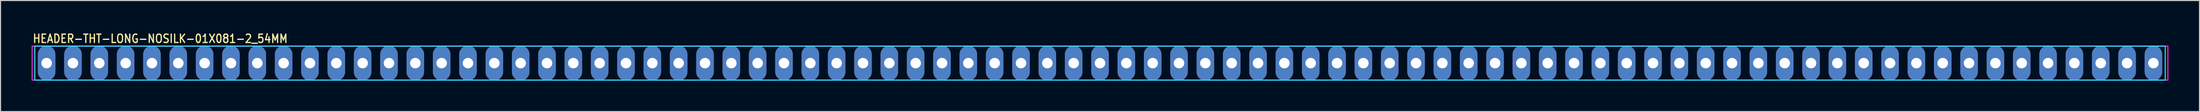
<source format=kicad_pcb>
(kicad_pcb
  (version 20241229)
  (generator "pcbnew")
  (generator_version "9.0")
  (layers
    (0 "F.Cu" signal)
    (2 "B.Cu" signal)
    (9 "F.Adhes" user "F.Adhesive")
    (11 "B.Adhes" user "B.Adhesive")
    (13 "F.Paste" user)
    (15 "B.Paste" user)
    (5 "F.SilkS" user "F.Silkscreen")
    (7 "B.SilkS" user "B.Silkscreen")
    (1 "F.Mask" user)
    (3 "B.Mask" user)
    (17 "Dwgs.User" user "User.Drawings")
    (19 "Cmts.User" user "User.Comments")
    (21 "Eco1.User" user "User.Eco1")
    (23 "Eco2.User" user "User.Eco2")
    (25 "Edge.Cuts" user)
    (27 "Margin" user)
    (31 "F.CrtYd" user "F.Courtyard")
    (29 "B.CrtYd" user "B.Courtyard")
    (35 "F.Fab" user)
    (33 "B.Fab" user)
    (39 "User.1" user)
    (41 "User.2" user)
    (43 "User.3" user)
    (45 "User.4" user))
  (footprint "HEADER-THT-LONG-NOSILK-01X081-2_54MM"
    (layer "F.Cu")
    (at 1.447 3.079)
    (property "Reference" "HEADER-THT-LONG-NOSILK-01X081-2_54MM" (at -1.4 -1.9 0) (unlocked yes) (layer "F.SilkS") (effects (font (size 0.813 0.695) (thickness 0.122)) (justify left bottom)))
    (fp_poly (pts (xy -1.143 -1.651) (xy 204.343 -1.651) (xy 204.343 1.651) (xy -1.143 1.651)) (stroke (width 0.1) (type solid)) (fill no) (layer "B.CrtYd"))
    (fp_poly (pts (xy -1.397 -1.651) (xy 204.597 -1.651) (xy 204.597 1.651) (xy -1.397 1.651)) (stroke (width 0.1) (type solid)) (fill no) (layer "F.CrtYd"))
    (pad "1" thru_hole oval (at 0 0 90) (size 3.387 1.693) (drill 1.016) (layers "*.Cu" "*.Mask"))
    (pad "2" thru_hole oval (at 2.54 0 90) (size 3.387 1.693) (drill 1.016) (layers "*.Cu" "*.Mask"))
    (pad "3" thru_hole oval (at 5.08 0 90) (size 3.387 1.693) (drill 1.016) (layers "*.Cu" "*.Mask"))
    (pad "4" thru_hole oval (at 7.62 0 90) (size 3.387 1.693) (drill 1.016) (layers "*.Cu" "*.Mask"))
    (pad "5" thru_hole oval (at 10.16 0 90) (size 3.387 1.693) (drill 1.016) (layers "*.Cu" "*.Mask"))
    (pad "6" thru_hole oval (at 12.7 0 90) (size 3.387 1.693) (drill 1.016) (layers "*.Cu" "*.Mask"))
    (pad "7" thru_hole oval (at 15.24 0 90) (size 3.387 1.693) (drill 1.016) (layers "*.Cu" "*.Mask"))
    (pad "8" thru_hole oval (at 17.78 0 90) (size 3.387 1.693) (drill 1.016) (layers "*.Cu" "*.Mask"))
    (pad "9" thru_hole oval (at 20.32 0 90) (size 3.387 1.693) (drill 1.016) (layers "*.Cu" "*.Mask"))
    (pad "10" thru_hole oval (at 22.86 0 90) (size 3.387 1.693) (drill 1.016) (layers "*.Cu" "*.Mask"))
    (pad "11" thru_hole oval (at 25.4 0 90) (size 3.387 1.693) (drill 1.016) (layers "*.Cu" "*.Mask"))
    (pad "12" thru_hole oval (at 27.94 0 90) (size 3.387 1.693) (drill 1.016) (layers "*.Cu" "*.Mask"))
    (pad "13" thru_hole oval (at 30.48 0 90) (size 3.387 1.693) (drill 1.016) (layers "*.Cu" "*.Mask"))
    (pad "14" thru_hole oval (at 33.02 0 90) (size 3.387 1.693) (drill 1.016) (layers "*.Cu" "*.Mask"))
    (pad "15" thru_hole oval (at 35.56 0 90) (size 3.387 1.693) (drill 1.016) (layers "*.Cu" "*.Mask"))
    (pad "16" thru_hole oval (at 38.1 0 90) (size 3.387 1.693) (drill 1.016) (layers "*.Cu" "*.Mask"))
    (pad "17" thru_hole oval (at 40.64 0 90) (size 3.387 1.693) (drill 1.016) (layers "*.Cu" "*.Mask"))
    (pad "18" thru_hole oval (at 43.18 0 90) (size 3.387 1.693) (drill 1.016) (layers "*.Cu" "*.Mask"))
    (pad "19" thru_hole oval (at 45.72 0 90) (size 3.387 1.693) (drill 1.016) (layers "*.Cu" "*.Mask"))
    (pad "20" thru_hole oval (at 48.26 0 90) (size 3.387 1.693) (drill 1.016) (layers "*.Cu" "*.Mask"))
    (pad "21" thru_hole oval (at 50.8 0 90) (size 3.387 1.693) (drill 1.016) (layers "*.Cu" "*.Mask"))
    (pad "22" thru_hole oval (at 53.34 0 90) (size 3.387 1.693) (drill 1.016) (layers "*.Cu" "*.Mask"))
    (pad "23" thru_hole oval (at 55.88 0 90) (size 3.387 1.693) (drill 1.016) (layers "*.Cu" "*.Mask"))
    (pad "24" thru_hole oval (at 58.42 0 90) (size 3.387 1.693) (drill 1.016) (layers "*.Cu" "*.Mask"))
    (pad "25" thru_hole oval (at 60.96 0 90) (size 3.387 1.693) (drill 1.016) (layers "*.Cu" "*.Mask"))
    (pad "26" thru_hole oval (at 63.5 0 90) (size 3.387 1.693) (drill 1.016) (layers "*.Cu" "*.Mask"))
    (pad "27" thru_hole oval (at 66.04 0 90) (size 3.387 1.693) (drill 1.016) (layers "*.Cu" "*.Mask"))
    (pad "28" thru_hole oval (at 68.58 0 90) (size 3.387 1.693) (drill 1.016) (layers "*.Cu" "*.Mask"))
    (pad "29" thru_hole oval (at 71.12 0 90) (size 3.387 1.693) (drill 1.016) (layers "*.Cu" "*.Mask"))
    (pad "30" thru_hole oval (at 73.66 0 90) (size 3.387 1.693) (drill 1.016) (layers "*.Cu" "*.Mask"))
    (pad "31" thru_hole oval (at 76.2 0 90) (size 3.387 1.693) (drill 1.016) (layers "*.Cu" "*.Mask"))
    (pad "32" thru_hole oval (at 78.74 0 90) (size 3.387 1.693) (drill 1.016) (layers "*.Cu" "*.Mask"))
    (pad "33" thru_hole oval (at 81.28 0 90) (size 3.387 1.693) (drill 1.016) (layers "*.Cu" "*.Mask"))
    (pad "34" thru_hole oval (at 83.82 0 90) (size 3.387 1.693) (drill 1.016) (layers "*.Cu" "*.Mask"))
    (pad "35" thru_hole oval (at 86.36 0 90) (size 3.387 1.693) (drill 1.016) (layers "*.Cu" "*.Mask"))
    (pad "36" thru_hole oval (at 88.9 0 90) (size 3.387 1.693) (drill 1.016) (layers "*.Cu" "*.Mask"))
    (pad "37" thru_hole oval (at 91.44 0 90) (size 3.387 1.693) (drill 1.016) (layers "*.Cu" "*.Mask"))
    (pad "38" thru_hole oval (at 93.98 0 90) (size 3.387 1.693) (drill 1.016) (layers "*.Cu" "*.Mask"))
    (pad "39" thru_hole oval (at 96.52 0 90) (size 3.387 1.693) (drill 1.016) (layers "*.Cu" "*.Mask"))
    (pad "40" thru_hole oval (at 99.06 0 90) (size 3.387 1.693) (drill 1.016) (layers "*.Cu" "*.Mask"))
    (pad "41" thru_hole oval (at 101.6 0 90) (size 3.387 1.693) (drill 1.016) (layers "*.Cu" "*.Mask"))
    (pad "42" thru_hole oval (at 104.14 0 90) (size 3.387 1.693) (drill 1.016) (layers "*.Cu" "*.Mask"))
    (pad "43" thru_hole oval (at 106.68 0 90) (size 3.387 1.693) (drill 1.016) (layers "*.Cu" "*.Mask"))
    (pad "44" thru_hole oval (at 109.22 0 90) (size 3.387 1.693) (drill 1.016) (layers "*.Cu" "*.Mask"))
    (pad "45" thru_hole oval (at 111.76 0 90) (size 3.387 1.693) (drill 1.016) (layers "*.Cu" "*.Mask"))
    (pad "46" thru_hole oval (at 114.3 0 90) (size 3.387 1.693) (drill 1.016) (layers "*.Cu" "*.Mask"))
    (pad "47" thru_hole oval (at 116.84 0 90) (size 3.387 1.693) (drill 1.016) (layers "*.Cu" "*.Mask"))
    (pad "48" thru_hole oval (at 119.38 0 90) (size 3.387 1.693) (drill 1.016) (layers "*.Cu" "*.Mask"))
    (pad "49" thru_hole oval (at 121.92 0 90) (size 3.387 1.693) (drill 1.016) (layers "*.Cu" "*.Mask"))
    (pad "50" thru_hole oval (at 124.46 0 90) (size 3.387 1.693) (drill 1.016) (layers "*.Cu" "*.Mask"))
    (pad "51" thru_hole oval (at 127 0 90) (size 3.387 1.693) (drill 1.016) (layers "*.Cu" "*.Mask"))
    (pad "52" thru_hole oval (at 129.54 0 90) (size 3.387 1.693) (drill 1.016) (layers "*.Cu" "*.Mask"))
    (pad "53" thru_hole oval (at 132.08 0 90) (size 3.387 1.693) (drill 1.016) (layers "*.Cu" "*.Mask"))
    (pad "54" thru_hole oval (at 134.62 0 90) (size 3.387 1.693) (drill 1.016) (layers "*.Cu" "*.Mask"))
    (pad "55" thru_hole oval (at 137.16 0 90) (size 3.387 1.693) (drill 1.016) (layers "*.Cu" "*.Mask"))
    (pad "56" thru_hole oval (at 139.7 0 90) (size 3.387 1.693) (drill 1.016) (layers "*.Cu" "*.Mask"))
    (pad "57" thru_hole oval (at 142.24 0 90) (size 3.387 1.693) (drill 1.016) (layers "*.Cu" "*.Mask"))
    (pad "58" thru_hole oval (at 144.78 0 90) (size 3.387 1.693) (drill 1.016) (layers "*.Cu" "*.Mask"))
    (pad "59" thru_hole oval (at 147.32 0 90) (size 3.387 1.693) (drill 1.016) (layers "*.Cu" "*.Mask"))
    (pad "60" thru_hole oval (at 149.86 0 90) (size 3.387 1.693) (drill 1.016) (layers "*.Cu" "*.Mask"))
    (pad "61" thru_hole oval (at 152.4 0 90) (size 3.387 1.693) (drill 1.016) (layers "*.Cu" "*.Mask"))
    (pad "62" thru_hole oval (at 154.94 0 90) (size 3.387 1.693) (drill 1.016) (layers "*.Cu" "*.Mask"))
    (pad "63" thru_hole oval (at 157.48 0 90) (size 3.387 1.693) (drill 1.016) (layers "*.Cu" "*.Mask"))
    (pad "64" thru_hole oval (at 160.02 0 90) (size 3.387 1.693) (drill 1.016) (layers "*.Cu" "*.Mask"))
    (pad "65" thru_hole oval (at 162.56 0 90) (size 3.387 1.693) (drill 1.016) (layers "*.Cu" "*.Mask"))
    (pad "66" thru_hole oval (at 165.1 0 90) (size 3.387 1.693) (drill 1.016) (layers "*.Cu" "*.Mask"))
    (pad "67" thru_hole oval (at 167.64 0 90) (size 3.387 1.693) (drill 1.016) (layers "*.Cu" "*.Mask"))
    (pad "68" thru_hole oval (at 170.18 0 90) (size 3.387 1.693) (drill 1.016) (layers "*.Cu" "*.Mask"))
    (pad "69" thru_hole oval (at 172.72 0 90) (size 3.387 1.693) (drill 1.016) (layers "*.Cu" "*.Mask"))
    (pad "70" thru_hole oval (at 175.26 0 90) (size 3.387 1.693) (drill 1.016) (layers "*.Cu" "*.Mask"))
    (pad "71" thru_hole oval (at 177.8 0 90) (size 3.387 1.693) (drill 1.016) (layers "*.Cu" "*.Mask"))
    (pad "72" thru_hole oval (at 180.34 0 90) (size 3.387 1.693) (drill 1.016) (layers "*.Cu" "*.Mask"))
    (pad "73" thru_hole oval (at 182.88 0 90) (size 3.387 1.693) (drill 1.016) (layers "*.Cu" "*.Mask"))
    (pad "74" thru_hole oval (at 185.42 0 90) (size 3.387 1.693) (drill 1.016) (layers "*.Cu" "*.Mask"))
    (pad "75" thru_hole oval (at 187.96 0 90) (size 3.387 1.693) (drill 1.016) (layers "*.Cu" "*.Mask"))
    (pad "76" thru_hole oval (at 190.5 0 90) (size 3.387 1.693) (drill 1.016) (layers "*.Cu" "*.Mask"))
    (pad "77" thru_hole oval (at 193.04 0 90) (size 3.387 1.693) (drill 1.016) (layers "*.Cu" "*.Mask"))
    (pad "78" thru_hole oval (at 195.58 0 90) (size 3.387 1.693) (drill 1.016) (layers "*.Cu" "*.Mask"))
    (pad "79" thru_hole oval (at 198.12 0 90) (size 3.387 1.693) (drill 1.016) (layers "*.Cu" "*.Mask"))
    (pad "80" thru_hole oval (at 200.66 0 90) (size 3.387 1.693) (drill 1.016) (layers "*.Cu" "*.Mask"))
    (pad "81" thru_hole oval (at 203.2 0 90) (size 3.387 1.693) (drill 1.016) (layers "*.Cu" "*.Mask")))
  (gr_rect
    (start -3 -3)
    (end 209.094 7.78)
    (stroke (width 0.1) (type default))
    (fill no)
    (layer "Edge.Cuts")))
</source>
